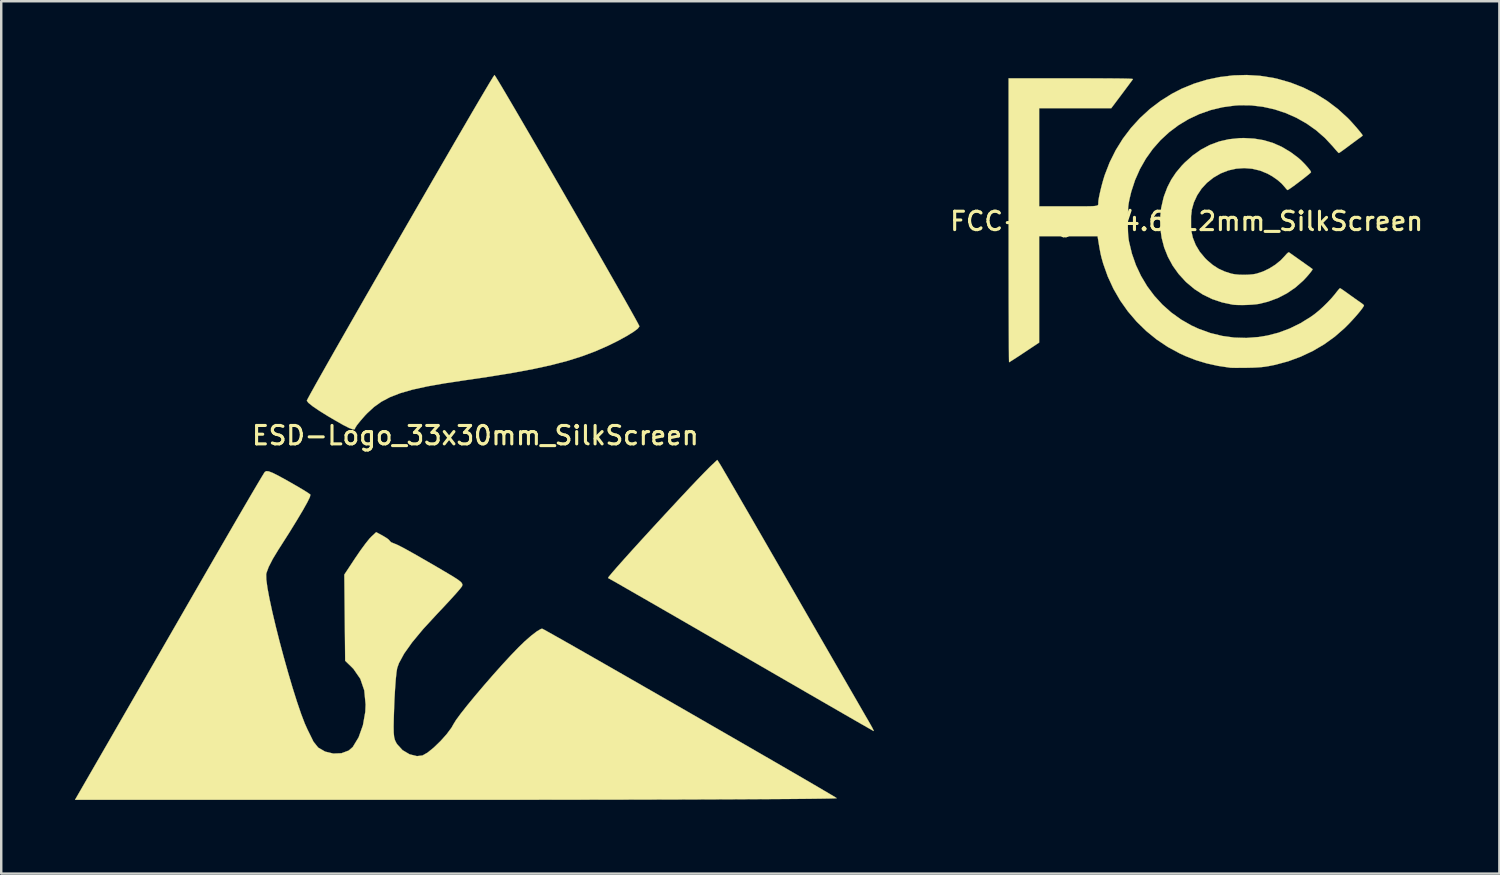
<source format=kicad_pcb>
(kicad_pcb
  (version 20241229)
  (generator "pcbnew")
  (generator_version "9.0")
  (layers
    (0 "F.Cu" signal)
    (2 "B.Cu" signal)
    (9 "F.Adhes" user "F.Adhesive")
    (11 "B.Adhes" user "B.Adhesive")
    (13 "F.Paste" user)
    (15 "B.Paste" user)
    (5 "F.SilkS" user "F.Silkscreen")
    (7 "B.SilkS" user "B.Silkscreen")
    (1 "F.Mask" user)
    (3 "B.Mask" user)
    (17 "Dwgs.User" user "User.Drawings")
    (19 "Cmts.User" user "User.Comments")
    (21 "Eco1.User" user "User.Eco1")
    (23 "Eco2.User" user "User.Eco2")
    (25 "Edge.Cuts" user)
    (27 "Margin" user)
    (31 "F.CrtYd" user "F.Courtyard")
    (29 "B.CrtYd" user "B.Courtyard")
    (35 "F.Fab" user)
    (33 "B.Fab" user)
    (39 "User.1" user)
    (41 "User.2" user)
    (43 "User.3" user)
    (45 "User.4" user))
  (footprint "ESD-Logo_33x30mm_SilkScreen"
    (layer "F.Cu")
    (at 16.31 14.686)
    (property "Reference" "ESD-Logo_33x30mm_SilkScreen" (at 0 0 0) (layer "F.SilkS") (effects (font (size 0.75 0.75) (thickness 0.125))))
    (attr exclude_from_pos_files exclude_from_bom allow_missing_courtyard)
    (fp_poly (pts (xy 9.968 1.177) (xy 10.025 1.272) (xy 10.153 1.492) (xy 10.347 1.824) (xy 10.598 2.257) (xy 10.902 2.782) (xy 11.252 3.386) (xy 11.641 4.059) (xy 12.063 4.791) (xy 12.513 5.569) (xy 12.975 6.369) (xy 13.446 7.188) (xy 13.899 7.973) (xy 14.327 8.714) (xy 14.723 9.4) (xy 15.08 10.019) (xy 15.392 10.559) (xy 15.652 11.01) (xy 15.854 11.361) (xy 15.992 11.598) (xy 16.056 11.71) (xy 16.162 11.898) (xy 16.219 12.016) (xy 16.222 12.036) (xy 16.152 11.998) (xy 15.958 11.887) (xy 15.65 11.711) (xy 15.238 11.474) (xy 14.732 11.182) (xy 14.142 10.842) (xy 13.479 10.459) (xy 12.752 10.039) (xy 11.972 9.588) (xy 11.149 9.112) (xy 10.836 8.931) (xy 9.998 8.446) (xy 9.198 7.984) (xy 8.448 7.55) (xy 7.756 7.151) (xy 7.133 6.792) (xy 6.589 6.48) (xy 6.135 6.219) (xy 5.782 6.016) (xy 5.538 5.878) (xy 5.415 5.809) (xy 5.402 5.803) (xy 5.439 5.744) (xy 5.57 5.586) (xy 5.78 5.344) (xy 6.057 5.033) (xy 6.387 4.666) (xy 6.757 4.259) (xy 7.153 3.826) (xy 7.562 3.382) (xy 7.971 2.94) (xy 8.366 2.516) (xy 8.734 2.123) (xy 9.062 1.778) (xy 9.337 1.493) (xy 9.544 1.284) (xy 9.615 1.216) (xy 9.851 0.994) (xy 9.968 1.177)) (stroke (width 0.01) (type solid)) (fill yes) (layer "F.SilkS"))
    (fp_poly (pts (xy 0.823 -14.615) (xy 0.938 -14.428) (xy 1.116 -14.131) (xy 1.349 -13.736) (xy 1.63 -13.258) (xy 1.951 -12.707) (xy 2.306 -12.098) (xy 2.687 -11.443) (xy 3.086 -10.753) (xy 3.497 -10.043) (xy 3.911 -9.324) (xy 4.323 -8.609) (xy 4.724 -7.911) (xy 5.107 -7.243) (xy 5.465 -6.616) (xy 5.791 -6.045) (xy 6.077 -5.541) (xy 6.316 -5.117) (xy 6.501 -4.785) (xy 6.624 -4.56) (xy 6.678 -4.452) (xy 6.68 -4.445) (xy 6.613 -4.353) (xy 6.425 -4.213) (xy 6.14 -4.039) (xy 5.779 -3.843) (xy 5.402 -3.657) (xy 4.888 -3.431) (xy 4.347 -3.229) (xy 3.762 -3.044) (xy 3.113 -2.874) (xy 2.381 -2.713) (xy 1.548 -2.557) (xy 0.596 -2.401) (xy -0.389 -2.256) (xy -1.245 -2.127) (xy -1.963 -2) (xy -2.563 -1.868) (xy -3.061 -1.724) (xy -3.477 -1.562) (xy -3.827 -1.377) (xy -4.13 -1.161) (xy -4.404 -0.908) (xy -4.493 -0.815) (xy -4.684 -0.596) (xy -4.826 -0.418) (xy -4.892 -0.313) (xy -4.894 -0.304) (xy -4.917 -0.252) (xy -4.996 -0.251) (xy -5.149 -0.31) (xy -5.392 -0.434) (xy -5.739 -0.632) (xy -5.981 -0.774) (xy -6.341 -0.997) (xy -6.621 -1.187) (xy -6.802 -1.332) (xy -6.865 -1.417) (xy -6.865 -1.418) (xy -6.826 -1.499) (xy -6.716 -1.703) (xy -6.541 -2.018) (xy -6.307 -2.434) (xy -6.022 -2.938) (xy -5.691 -3.521) (xy -5.32 -4.17) (xy -4.917 -4.875) (xy -4.488 -5.625) (xy -4.038 -6.408) (xy -3.575 -7.214) (xy -3.104 -8.031) (xy -2.633 -8.848) (xy -2.167 -9.655) (xy -1.714 -10.439) (xy -1.278 -11.191) (xy -0.868 -11.898) (xy -0.488 -12.55) (xy -0.147 -13.136) (xy 0.151 -13.644) (xy 0.399 -14.063) (xy 0.589 -14.383) (xy 0.717 -14.592) (xy 0.775 -14.679) (xy 0.777 -14.681) (xy 0.823 -14.615)) (stroke (width 0.01) (type solid)) (fill yes) (layer "F.SilkS"))
    (fp_poly (pts (xy -8.415 1.46) (xy -8.252 1.523) (xy -8.003 1.649) (xy -7.646 1.845) (xy -7.619 1.861) (xy -7.29 2.049) (xy -7.012 2.213) (xy -6.813 2.338) (xy -6.72 2.406) (xy -6.718 2.41) (xy -6.74 2.505) (xy -6.843 2.716) (xy -7.02 3.033) (xy -7.265 3.444) (xy -7.569 3.938) (xy -7.928 4.502) (xy -8.017 4.64) (xy -8.25 5.024) (xy -8.419 5.354) (xy -8.51 5.601) (xy -8.52 5.65) (xy -8.515 5.864) (xy -8.469 6.205) (xy -8.386 6.649) (xy -8.272 7.176) (xy -8.133 7.763) (xy -7.975 8.389) (xy -7.803 9.031) (xy -7.624 9.668) (xy -7.444 10.277) (xy -7.267 10.838) (xy -7.1 11.329) (xy -6.949 11.726) (xy -6.843 11.962) (xy -6.719 12.213) (xy -6.601 12.454) (xy -6.595 12.467) (xy -6.401 12.71) (xy -6.118 12.873) (xy -5.788 12.952) (xy -5.454 12.939) (xy -5.16 12.83) (xy -4.994 12.686) (xy -4.755 12.29) (xy -4.58 11.798) (xy -4.484 11.258) (xy -4.471 10.952) (xy -4.525 10.381) (xy -4.686 9.909) (xy -4.961 9.511) (xy -5.047 9.422) (xy -5.303 9.174) (xy -5.338 5.665) (xy -4.891 4.988) (xy -4.681 4.681) (xy -4.479 4.406) (xy -4.313 4.199) (xy -4.242 4.124) (xy -4.041 3.936) (xy -3.768 4.083) (xy -3.596 4.188) (xy -3.501 4.27) (xy -3.495 4.285) (xy -3.431 4.347) (xy -3.321 4.393) (xy -3.214 4.435) (xy -3.051 4.515) (xy -2.817 4.639) (xy -2.498 4.817) (xy -2.081 5.056) (xy -1.551 5.363) (xy -1.264 5.532) (xy -0.925 5.733) (xy -0.703 5.876) (xy -0.577 5.978) (xy -0.529 6.056) (xy -0.539 6.126) (xy -0.547 6.143) (xy -0.625 6.245) (xy -0.792 6.438) (xy -1.028 6.699) (xy -1.314 7.007) (xy -1.561 7.268) (xy -2.131 7.887) (xy -2.577 8.424) (xy -2.903 8.883) (xy -3.113 9.271) (xy -3.184 9.468) (xy -3.213 9.641) (xy -3.243 9.935) (xy -3.271 10.317) (xy -3.296 10.754) (xy -3.307 11.03) (xy -3.323 11.507) (xy -3.33 11.856) (xy -3.326 12.104) (xy -3.309 12.277) (xy -3.277 12.402) (xy -3.228 12.505) (xy -3.189 12.569) (xy -2.967 12.813) (xy -2.68 12.983) (xy -2.379 13.057) (xy -2.153 13.03) (xy -1.948 12.914) (xy -1.692 12.706) (xy -1.419 12.442) (xy -1.167 12.16) (xy -0.97 11.894) (xy -0.898 11.765) (xy -0.79 11.589) (xy -0.593 11.321) (xy -0.325 10.982) (xy -0.005 10.593) (xy 0.35 10.175) (xy 0.721 9.748) (xy 1.091 9.334) (xy 1.442 8.954) (xy 1.756 8.628) (xy 2.002 8.389) (xy 2.276 8.15) (xy 2.506 7.974) (xy 2.667 7.879) (xy 2.721 7.868) (xy 2.803 7.91) (xy 3.008 8.024) (xy 3.323 8.201) (xy 3.738 8.436) (xy 4.239 8.721) (xy 4.817 9.051) (xy 5.457 9.417) (xy 6.15 9.814) (xy 6.882 10.234) (xy 7.643 10.671) (xy 8.42 11.117) (xy 9.201 11.567) (xy 9.975 12.013) (xy 10.73 12.448) (xy 11.454 12.866) (xy 12.136 13.26) (xy 12.762 13.623) (xy 13.323 13.948) (xy 13.805 14.229) (xy 14.197 14.459) (xy 14.488 14.63) (xy 14.664 14.736) (xy 14.716 14.77) (xy 14.647 14.776) (xy 14.43 14.783) (xy 14.071 14.789) (xy 13.58 14.795) (xy 12.962 14.801) (xy 12.224 14.806) (xy 11.375 14.811) (xy 10.421 14.816) (xy 9.369 14.82) (xy 8.227 14.824) (xy 7.003 14.827) (xy 5.702 14.83) (xy 4.332 14.832) (xy 2.902 14.834) (xy 1.417 14.835) (xy -0.115 14.836) (xy -0.758 14.836) (xy -16.305 14.836) (xy -15.196 12.914) (xy -14.961 12.507) (xy -14.659 11.982) (xy -14.3 11.359) (xy -13.893 10.653) (xy -13.449 9.883) (xy -12.978 9.065) (xy -12.491 8.219) (xy -11.996 7.36) (xy -11.505 6.507) (xy -11.381 6.292) (xy -10.928 5.506) (xy -10.496 4.759) (xy -10.091 4.06) (xy -9.721 3.422) (xy -9.391 2.856) (xy -9.108 2.372) (xy -8.878 1.982) (xy -8.708 1.697) (xy -8.605 1.528) (xy -8.576 1.485) (xy -8.516 1.45) (xy -8.415 1.46)) (stroke (width 0.01) (type solid)) (fill yes) (layer "F.SilkS")))
  (footprint "FCC-Logo_14.6x12mm_SilkScreen"
    (layer "F.Cu")
    (at 45.275 5.961)
    (property "Reference" "FCC-Logo_14.6x12mm_SilkScreen" (at 0 0 0) (layer "F.SilkS") (effects (font (size 0.75 0.75) (thickness 0.125))))
    (attr exclude_from_pos_files exclude_from_bom allow_missing_courtyard)
    (fp_poly (pts (xy 2.745 -3.367) (xy 3.137 -3.302) (xy 3.511 -3.191) (xy 3.87 -3.033) (xy 4.22 -2.825) (xy 4.529 -2.597) (xy 4.624 -2.515) (xy 4.725 -2.418) (xy 4.825 -2.315) (xy 4.916 -2.213) (xy 4.992 -2.122) (xy 5.045 -2.049) (xy 5.067 -2.002) (xy 5.067 -1.999) (xy 5.047 -1.975) (xy 4.991 -1.926) (xy 4.907 -1.857) (xy 4.803 -1.774) (xy 4.685 -1.682) (xy 4.562 -1.588) (xy 4.44 -1.496) (xy 4.327 -1.413) (xy 4.23 -1.345) (xy 4.157 -1.296) (xy 4.116 -1.272) (xy 4.111 -1.271) (xy 4.083 -1.291) (xy 4.038 -1.341) (xy 4.008 -1.379) (xy 3.872 -1.534) (xy 3.695 -1.687) (xy 3.489 -1.83) (xy 3.291 -1.941) (xy 2.988 -2.064) (xy 2.671 -2.139) (xy 2.346 -2.165) (xy 2.02 -2.142) (xy 1.7 -2.071) (xy 1.393 -1.951) (xy 1.39 -1.95) (xy 1.091 -1.777) (xy 0.83 -1.569) (xy 0.608 -1.328) (xy 0.429 -1.058) (xy 0.293 -0.763) (xy 0.203 -0.445) (xy 0.162 -0.107) (xy 0.159 0.008) (xy 0.182 0.351) (xy 0.252 0.669) (xy 0.37 0.966) (xy 0.536 1.243) (xy 0.752 1.502) (xy 0.841 1.59) (xy 1.064 1.779) (xy 1.296 1.929) (xy 1.55 2.046) (xy 1.829 2.135) (xy 1.969 2.16) (xy 2.144 2.176) (xy 2.337 2.181) (xy 2.531 2.175) (xy 2.708 2.159) (xy 2.841 2.135) (xy 3.105 2.048) (xy 3.367 1.923) (xy 3.614 1.767) (xy 3.834 1.588) (xy 3.998 1.414) (xy 4.072 1.33) (xy 4.129 1.278) (xy 4.164 1.263) (xy 4.166 1.264) (xy 4.193 1.283) (xy 4.255 1.327) (xy 4.345 1.391) (xy 4.455 1.468) (xy 4.577 1.555) (xy 4.704 1.644) (xy 4.827 1.732) (xy 4.938 1.811) (xy 5.031 1.877) (xy 5.097 1.925) (xy 5.129 1.948) (xy 5.13 1.949) (xy 5.122 1.974) (xy 5.085 2.029) (xy 5.025 2.107) (xy 4.949 2.198) (xy 4.864 2.294) (xy 4.776 2.388) (xy 4.746 2.419) (xy 4.431 2.697) (xy 4.085 2.934) (xy 3.712 3.127) (xy 3.314 3.274) (xy 2.957 3.363) (xy 2.828 3.381) (xy 2.666 3.396) (xy 2.484 3.406) (xy 2.298 3.412) (xy 2.123 3.411) (xy 1.973 3.405) (xy 1.879 3.396) (xy 1.449 3.305) (xy 1.046 3.17) (xy 0.671 2.99) (xy 0.32 2.763) (xy -0.007 2.489) (xy -0.044 2.454) (xy -0.327 2.144) (xy -0.568 1.807) (xy -0.763 1.446) (xy -0.914 1.068) (xy -1.017 0.675) (xy -1.073 0.272) (xy -1.079 -0.136) (xy -1.036 -0.546) (xy -0.942 -0.953) (xy -0.914 -1.044) (xy -0.784 -1.386) (xy -0.626 -1.695) (xy -0.432 -1.985) (xy -0.197 -2.265) (xy -0.07 -2.396) (xy 0.253 -2.684) (xy 0.592 -2.922) (xy 0.95 -3.11) (xy 1.327 -3.25) (xy 1.724 -3.341) (xy 2.145 -3.384) (xy 2.328 -3.389) (xy 2.745 -3.367)) (stroke (width 0.01) (type solid)) (fill yes) (layer "F.SilkS"))
    (fp_poly (pts (xy 2.993 -5.923) (xy 3.528 -5.839) (xy 3.691 -5.803) (xy 4.229 -5.649) (xy 4.749 -5.447) (xy 5.247 -5.198) (xy 5.719 -4.905) (xy 6.162 -4.57) (xy 6.561 -4.206) (xy 6.646 -4.119) (xy 6.741 -4.015) (xy 6.84 -3.904) (xy 6.937 -3.793) (xy 7.024 -3.689) (xy 7.097 -3.6) (xy 7.147 -3.533) (xy 7.169 -3.496) (xy 7.17 -3.493) (xy 7.149 -3.471) (xy 7.098 -3.431) (xy 7.057 -3.401) (xy 6.998 -3.359) (xy 6.907 -3.292) (xy 6.793 -3.208) (xy 6.666 -3.114) (xy 6.582 -3.051) (xy 6.462 -2.961) (xy 6.356 -2.884) (xy 6.272 -2.825) (xy 6.217 -2.788) (xy 6.199 -2.778) (xy 6.175 -2.797) (xy 6.125 -2.85) (xy 6.055 -2.929) (xy 5.973 -3.025) (xy 5.957 -3.044) (xy 5.633 -3.393) (xy 5.274 -3.706) (xy 4.883 -3.982) (xy 4.467 -4.217) (xy 4.028 -4.41) (xy 3.573 -4.56) (xy 3.106 -4.663) (xy 2.632 -4.719) (xy 2.155 -4.725) (xy 1.97 -4.713) (xy 1.466 -4.645) (xy 0.982 -4.529) (xy 0.52 -4.367) (xy 0.082 -4.161) (xy -0.329 -3.914) (xy -0.711 -3.627) (xy -1.062 -3.304) (xy -1.378 -2.945) (xy -1.658 -2.553) (xy -1.899 -2.131) (xy -2.099 -1.68) (xy -2.255 -1.203) (xy -2.321 -0.928) (xy -2.345 -0.811) (xy -2.363 -0.709) (xy -2.376 -0.611) (xy -2.384 -0.505) (xy -2.39 -0.381) (xy -2.392 -0.227) (xy -2.393 -0.032) (xy -2.393 -0.013) (xy -2.393 0.206) (xy -2.389 0.383) (xy -2.383 0.527) (xy -2.372 0.65) (xy -2.358 0.762) (xy -2.345 0.833) (xy -2.228 1.319) (xy -2.065 1.786) (xy -1.856 2.229) (xy -1.606 2.647) (xy -1.315 3.036) (xy -0.987 3.394) (xy -0.625 3.716) (xy -0.23 4) (xy 0.195 4.244) (xy 0.494 4.381) (xy 0.967 4.552) (xy 1.45 4.67) (xy 1.94 4.737) (xy 2.436 4.751) (xy 2.937 4.713) (xy 3.285 4.655) (xy 3.744 4.537) (xy 4.196 4.368) (xy 4.635 4.153) (xy 5.053 3.894) (xy 5.221 3.773) (xy 5.385 3.64) (xy 5.562 3.479) (xy 5.741 3.303) (xy 5.906 3.127) (xy 6.044 2.964) (xy 6.073 2.925) (xy 6.141 2.839) (xy 6.198 2.771) (xy 6.236 2.732) (xy 6.247 2.725) (xy 6.275 2.74) (xy 6.338 2.781) (xy 6.426 2.842) (xy 6.532 2.917) (xy 6.568 2.943) (xy 6.697 3.036) (xy 6.828 3.13) (xy 6.947 3.214) (xy 7.04 3.278) (xy 7.045 3.281) (xy 7.127 3.339) (xy 7.189 3.388) (xy 7.221 3.42) (xy 7.222 3.424) (xy 7.205 3.468) (xy 7.156 3.543) (xy 7.08 3.643) (xy 6.982 3.762) (xy 6.867 3.895) (xy 6.741 4.034) (xy 6.608 4.175) (xy 6.474 4.31) (xy 6.426 4.357) (xy 6.031 4.702) (xy 5.6 5.012) (xy 5.137 5.283) (xy 4.647 5.514) (xy 4.136 5.703) (xy 3.606 5.846) (xy 3.334 5.9) (xy 3.19 5.923) (xy 3.046 5.94) (xy 2.889 5.952) (xy 2.707 5.961) (xy 2.487 5.966) (xy 2.434 5.967) (xy 2.26 5.968) (xy 2.098 5.969) (xy 1.959 5.969) (xy 1.851 5.967) (xy 1.783 5.964) (xy 1.773 5.963) (xy 1.277 5.889) (xy 0.816 5.787) (xy 0.38 5.656) (xy -0.045 5.49) (xy -0.278 5.383) (xy -0.764 5.12) (xy -1.22 4.815) (xy -1.645 4.469) (xy -2.036 4.087) (xy -2.391 3.671) (xy -2.707 3.224) (xy -2.981 2.749) (xy -3.212 2.248) (xy -3.397 1.726) (xy -3.466 1.482) (xy -3.485 1.403) (xy -3.504 1.321) (xy -3.522 1.226) (xy -3.544 1.111) (xy -3.569 0.965) (xy -3.599 0.779) (xy -3.613 0.695) (xy -3.627 0.609) (xy -6.006 0.609) (xy -6.006 4.94) (xy -6.609 5.341) (xy -6.767 5.446) (xy -6.912 5.541) (xy -7.036 5.621) (xy -7.135 5.684) (xy -7.201 5.726) (xy -7.23 5.741) (xy -7.23 5.741) (xy -7.232 5.715) (xy -7.234 5.639) (xy -7.236 5.514) (xy -7.237 5.344) (xy -7.239 5.13) (xy -7.24 4.875) (xy -7.242 4.582) (xy -7.243 4.253) (xy -7.244 3.889) (xy -7.246 3.495) (xy -7.247 3.072) (xy -7.247 2.622) (xy -7.248 2.147) (xy -7.249 1.652) (xy -7.249 1.136) (xy -7.249 0.604) (xy -7.25 0.057) (xy -7.25 -0.04) (xy -7.25 -5.821) (xy -4.708 -5.821) (xy -4.27 -5.821) (xy -3.883 -5.82) (xy -3.543 -5.82) (xy -3.248 -5.819) (xy -2.996 -5.817) (xy -2.783 -5.815) (xy -2.607 -5.813) (xy -2.466 -5.81) (xy -2.357 -5.807) (xy -2.277 -5.803) (xy -2.224 -5.799) (xy -2.194 -5.794) (xy -2.186 -5.788) (xy -2.186 -5.788) (xy -2.207 -5.759) (xy -2.255 -5.693) (xy -2.326 -5.597) (xy -2.416 -5.476) (xy -2.521 -5.336) (xy -2.635 -5.183) (xy -2.638 -5.179) (xy -3.07 -4.604) (xy -6.006 -4.604) (xy -6.006 -0.609) (xy -4.818 -0.609) (xy -4.532 -0.608) (xy -4.295 -0.609) (xy -4.101 -0.609) (xy -3.947 -0.611) (xy -3.828 -0.615) (xy -3.739 -0.622) (xy -3.677 -0.631) (xy -3.636 -0.644) (xy -3.612 -0.661) (xy -3.601 -0.682) (xy -3.597 -0.709) (xy -3.598 -0.741) (xy -3.598 -0.76) (xy -3.591 -0.845) (xy -3.57 -0.971) (xy -3.538 -1.126) (xy -3.498 -1.3) (xy -3.452 -1.483) (xy -3.402 -1.664) (xy -3.351 -1.832) (xy -3.333 -1.887) (xy -3.134 -2.402) (xy -2.889 -2.893) (xy -2.6 -3.359) (xy -2.27 -3.796) (xy -1.901 -4.201) (xy -1.497 -4.572) (xy -1.059 -4.905) (xy -0.591 -5.197) (xy -0.203 -5.397) (xy 0.301 -5.604) (xy 0.823 -5.764) (xy 1.359 -5.876) (xy 1.903 -5.941) (xy 2.449 -5.956) (xy 2.993 -5.923)) (stroke (width 0.01) (type solid)) (fill yes) (layer "F.SilkS")))
  (gr_rect
    (start -3 -3)
    (end 58.012 32.527)
    (stroke (width 0.1) (type default))
    (fill no)
    (layer "Edge.Cuts")))
</source>
